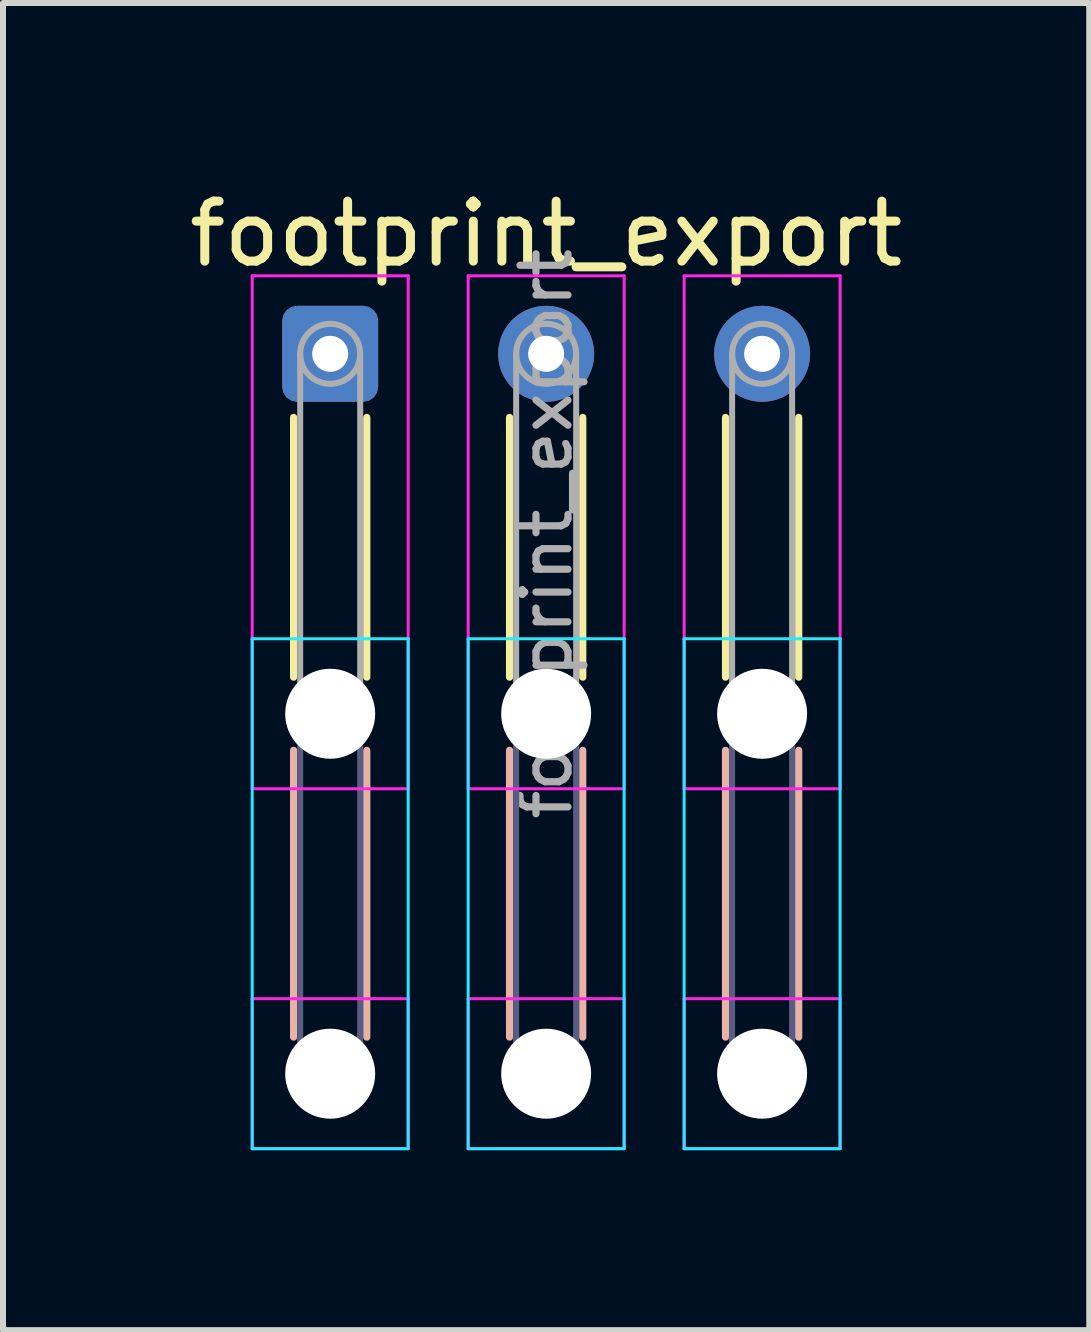
<source format=kicad_pcb>
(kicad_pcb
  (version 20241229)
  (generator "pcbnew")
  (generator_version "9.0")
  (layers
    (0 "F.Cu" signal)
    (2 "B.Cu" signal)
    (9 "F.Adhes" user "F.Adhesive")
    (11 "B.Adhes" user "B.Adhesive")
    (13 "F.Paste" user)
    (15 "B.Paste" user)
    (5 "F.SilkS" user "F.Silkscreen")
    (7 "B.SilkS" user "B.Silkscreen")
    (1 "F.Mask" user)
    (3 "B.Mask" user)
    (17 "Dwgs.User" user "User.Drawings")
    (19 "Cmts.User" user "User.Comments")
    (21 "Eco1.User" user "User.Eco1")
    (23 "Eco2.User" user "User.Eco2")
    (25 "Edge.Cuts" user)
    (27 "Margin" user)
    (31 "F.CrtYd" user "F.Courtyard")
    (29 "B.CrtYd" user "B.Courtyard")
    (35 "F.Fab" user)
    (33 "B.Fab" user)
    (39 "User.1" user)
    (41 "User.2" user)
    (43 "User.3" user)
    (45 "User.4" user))
  (footprint "footprint_export"
    (layer "F.Cu")
    (at 2.454 2.848)
    (property "Reference" "footprint_export" (at 3.6 -2 0) (layer "F.SilkS") (effects (font (size 1 1) (thickness 0.15))))
    (attr exclude_from_pos_files exclude_from_bom)
    (fp_line (start -0.61 1.06) (end -0.61 5.39) (stroke (width 0.12) (type solid)) (layer "F.SilkS"))
    (fp_line (start 0.61 1.06) (end 0.61 5.39) (stroke (width 0.12) (type solid)) (layer "F.SilkS"))
    (fp_line (start 2.99 1.06) (end 2.99 5.39) (stroke (width 0.12) (type solid)) (layer "F.SilkS"))
    (fp_line (start 4.21 1.06) (end 4.21 5.39) (stroke (width 0.12) (type solid)) (layer "F.SilkS"))
    (fp_line (start 6.59 1.06) (end 6.59 5.39) (stroke (width 0.12) (type solid)) (layer "F.SilkS"))
    (fp_line (start 7.81 1.06) (end 7.81 5.39) (stroke (width 0.12) (type solid)) (layer "F.SilkS"))
    (fp_line (start -0.61 6.61) (end -0.61 11.39) (stroke (width 0.12) (type solid)) (layer "B.SilkS"))
    (fp_line (start 0.61 6.61) (end 0.61 11.39) (stroke (width 0.12) (type solid)) (layer "B.SilkS"))
    (fp_line (start 2.99 6.61) (end 2.99 11.39) (stroke (width 0.12) (type solid)) (layer "B.SilkS"))
    (fp_line (start 4.21 6.61) (end 4.21 11.39) (stroke (width 0.12) (type solid)) (layer "B.SilkS"))
    (fp_line (start 6.59 6.61) (end 6.59 11.39) (stroke (width 0.12) (type solid)) (layer "B.SilkS"))
    (fp_line (start 7.81 6.61) (end 7.81 11.39) (stroke (width 0.12) (type solid)) (layer "B.SilkS"))
    (fp_line (start -1.3 4.75) (end -1.3 13.25) (stroke (width 0.05) (type solid)) (layer "B.CrtYd"))
    (fp_line (start -1.3 13.25) (end 1.3 13.25) (stroke (width 0.05) (type solid)) (layer "B.CrtYd"))
    (fp_line (start 1.3 4.75) (end -1.3 4.75) (stroke (width 0.05) (type solid)) (layer "B.CrtYd"))
    (fp_line (start 1.3 13.25) (end 1.3 4.75) (stroke (width 0.05) (type solid)) (layer "B.CrtYd"))
    (fp_line (start 2.3 4.75) (end 2.3 13.25) (stroke (width 0.05) (type solid)) (layer "B.CrtYd"))
    (fp_line (start 2.3 13.25) (end 4.9 13.25) (stroke (width 0.05) (type solid)) (layer "B.CrtYd"))
    (fp_line (start 4.9 4.75) (end 2.3 4.75) (stroke (width 0.05) (type solid)) (layer "B.CrtYd"))
    (fp_line (start 4.9 13.25) (end 4.9 4.75) (stroke (width 0.05) (type solid)) (layer "B.CrtYd"))
    (fp_line (start 5.9 4.75) (end 5.9 13.25) (stroke (width 0.05) (type solid)) (layer "B.CrtYd"))
    (fp_line (start 5.9 13.25) (end 8.5 13.25) (stroke (width 0.05) (type solid)) (layer "B.CrtYd"))
    (fp_line (start 8.5 4.75) (end 5.9 4.75) (stroke (width 0.05) (type solid)) (layer "B.CrtYd"))
    (fp_line (start 8.5 13.25) (end 8.5 4.75) (stroke (width 0.05) (type solid)) (layer "B.CrtYd"))
    (fp_line (start -1.3 -1.3) (end -1.3 7.25) (stroke (width 0.05) (type solid)) (layer "F.CrtYd"))
    (fp_line (start -1.3 7.25) (end 1.3 7.25) (stroke (width 0.05) (type solid)) (layer "F.CrtYd"))
    (fp_line (start -1.3 10.75) (end -1.3 13.25) (stroke (width 0.05) (type solid)) (layer "F.CrtYd"))
    (fp_line (start -1.3 13.25) (end 1.3 13.25) (stroke (width 0.05) (type solid)) (layer "F.CrtYd"))
    (fp_line (start 1.3 -1.3) (end -1.3 -1.3) (stroke (width 0.05) (type solid)) (layer "F.CrtYd"))
    (fp_line (start 1.3 7.25) (end 1.3 -1.3) (stroke (width 0.05) (type solid)) (layer "F.CrtYd"))
    (fp_line (start 1.3 10.75) (end -1.3 10.75) (stroke (width 0.05) (type solid)) (layer "F.CrtYd"))
    (fp_line (start 1.3 13.25) (end 1.3 10.75) (stroke (width 0.05) (type solid)) (layer "F.CrtYd"))
    (fp_line (start 2.3 -1.3) (end 2.3 7.25) (stroke (width 0.05) (type solid)) (layer "F.CrtYd"))
    (fp_line (start 2.3 7.25) (end 4.9 7.25) (stroke (width 0.05) (type solid)) (layer "F.CrtYd"))
    (fp_line (start 2.3 10.75) (end 2.3 13.25) (stroke (width 0.05) (type solid)) (layer "F.CrtYd"))
    (fp_line (start 2.3 13.25) (end 4.9 13.25) (stroke (width 0.05) (type solid)) (layer "F.CrtYd"))
    (fp_line (start 4.9 -1.3) (end 2.3 -1.3) (stroke (width 0.05) (type solid)) (layer "F.CrtYd"))
    (fp_line (start 4.9 7.25) (end 4.9 -1.3) (stroke (width 0.05) (type solid)) (layer "F.CrtYd"))
    (fp_line (start 4.9 10.75) (end 2.3 10.75) (stroke (width 0.05) (type solid)) (layer "F.CrtYd"))
    (fp_line (start 4.9 13.25) (end 4.9 10.75) (stroke (width 0.05) (type solid)) (layer "F.CrtYd"))
    (fp_line (start 5.9 -1.3) (end 5.9 7.25) (stroke (width 0.05) (type solid)) (layer "F.CrtYd"))
    (fp_line (start 5.9 7.25) (end 8.5 7.25) (stroke (width 0.05) (type solid)) (layer "F.CrtYd"))
    (fp_line (start 5.9 10.75) (end 5.9 13.25) (stroke (width 0.05) (type solid)) (layer "F.CrtYd"))
    (fp_line (start 5.9 13.25) (end 8.5 13.25) (stroke (width 0.05) (type solid)) (layer "F.CrtYd"))
    (fp_line (start 8.5 -1.3) (end 5.9 -1.3) (stroke (width 0.05) (type solid)) (layer "F.CrtYd"))
    (fp_line (start 8.5 7.25) (end 8.5 -1.3) (stroke (width 0.05) (type solid)) (layer "F.CrtYd"))
    (fp_line (start 8.5 10.75) (end 5.9 10.75) (stroke (width 0.05) (type solid)) (layer "F.CrtYd"))
    (fp_line (start 8.5 13.25) (end 8.5 10.75) (stroke (width 0.05) (type solid)) (layer "F.CrtYd"))
    (fp_line (start -0.5 6) (end -0.5 12) (stroke (width 0.1) (type solid)) (layer "B.Fab"))
    (fp_line (start 0.5 6) (end 0.5 12) (stroke (width 0.1) (type solid)) (layer "B.Fab"))
    (fp_line (start 3.1 6) (end 3.1 12) (stroke (width 0.1) (type solid)) (layer "B.Fab"))
    (fp_line (start 4.1 6) (end 4.1 12) (stroke (width 0.1) (type solid)) (layer "B.Fab"))
    (fp_line (start 6.7 6) (end 6.7 12) (stroke (width 0.1) (type solid)) (layer "B.Fab"))
    (fp_line (start 7.7 6) (end 7.7 12) (stroke (width 0.1) (type solid)) (layer "B.Fab"))
    (fp_circle (center 0 6) (end 0.5 6) (stroke (width 0.1) (type solid)) (fill no) (layer "B.Fab"))
    (fp_circle (center 0 12) (end 0.5 12) (stroke (width 0.1) (type solid)) (fill no) (layer "B.Fab"))
    (fp_circle (center 3.6 6) (end 4.1 6) (stroke (width 0.1) (type solid)) (fill no) (layer "B.Fab"))
    (fp_circle (center 3.6 12) (end 4.1 12) (stroke (width 0.1) (type solid)) (fill no) (layer "B.Fab"))
    (fp_circle (center 7.2 6) (end 7.7 6) (stroke (width 0.1) (type solid)) (fill no) (layer "B.Fab"))
    (fp_circle (center 7.2 12) (end 7.7 12) (stroke (width 0.1) (type solid)) (fill no) (layer "B.Fab"))
    (fp_line (start -0.5 0) (end -0.5 6) (stroke (width 0.1) (type solid)) (layer "F.Fab"))
    (fp_line (start 0.5 0) (end 0.5 6) (stroke (width 0.1) (type solid)) (layer "F.Fab"))
    (fp_line (start 3.1 0) (end 3.1 6) (stroke (width 0.1) (type solid)) (layer "F.Fab"))
    (fp_line (start 4.1 0) (end 4.1 6) (stroke (width 0.1) (type solid)) (layer "F.Fab"))
    (fp_line (start 6.7 0) (end 6.7 6) (stroke (width 0.1) (type solid)) (layer "F.Fab"))
    (fp_line (start 7.7 0) (end 7.7 6) (stroke (width 0.1) (type solid)) (layer "F.Fab"))
    (fp_circle (center 0 0) (end 0.5 0) (stroke (width 0.1) (type solid)) (fill no) (layer "F.Fab"))
    (fp_circle (center 0 6) (end 0.5 6) (stroke (width 0.1) (type solid)) (fill no) (layer "F.Fab"))
    (fp_circle (center 0 12) (end 0.5 12) (stroke (width 0.1) (type solid)) (fill no) (layer "F.Fab"))
    (fp_circle (center 3.6 0) (end 4.1 0) (stroke (width 0.1) (type solid)) (fill no) (layer "F.Fab"))
    (fp_circle (center 3.6 6) (end 4.1 6) (stroke (width 0.1) (type solid)) (fill no) (layer "F.Fab"))
    (fp_circle (center 3.6 12) (end 4.1 12) (stroke (width 0.1) (type solid)) (fill no) (layer "F.Fab"))
    (fp_circle (center 7.2 0) (end 7.7 0) (stroke (width 0.1) (type solid)) (fill no) (layer "F.Fab"))
    (fp_circle (center 7.2 6) (end 7.7 6) (stroke (width 0.1) (type solid)) (fill no) (layer "F.Fab"))
    (fp_circle (center 7.2 12) (end 7.7 12) (stroke (width 0.1) (type solid)) (fill no) (layer "F.Fab"))
    (fp_text user "${REFERENCE}" (at 3.6 3 90) (layer "F.Fab") (effects (font (size 0.8 0.8) (thickness 0.12))))
    (pad "" np_thru_hole circle (at 0 6) (size 1.5 1.5) (drill 1.5) (layers "*.Cu" "*.Mask"))
    (pad "" np_thru_hole circle (at 0 12) (size 1.5 1.5) (drill 1.5) (layers "*.Cu" "*.Mask"))
    (pad "" np_thru_hole circle (at 3.6 6) (size 1.5 1.5) (drill 1.5) (layers "*.Cu" "*.Mask"))
    (pad "" np_thru_hole circle (at 3.6 12) (size 1.5 1.5) (drill 1.5) (layers "*.Cu" "*.Mask"))
    (pad "" np_thru_hole circle (at 7.2 6) (size 1.5 1.5) (drill 1.5) (layers "*.Cu" "*.Mask"))
    (pad "" np_thru_hole circle (at 7.2 12) (size 1.5 1.5) (drill 1.5) (layers "*.Cu" "*.Mask"))
    (pad "1" thru_hole roundrect (at 0 0) (size 1.6 1.6) (drill 0.6) (layers "*.Cu" "*.Mask") (roundrect_rratio 0.156))
    (pad "2" thru_hole circle (at 3.6 0) (size 1.6 1.6) (drill 0.6) (layers "*.Cu" "*.Mask"))
    (pad "3" thru_hole circle (at 7.2 0) (size 1.6 1.6) (drill 0.6) (layers "*.Cu" "*.Mask")))
  (gr_rect
    (start -3 -3)
    (end 15.107 19.123)
    (stroke (width 0.1) (type default))
    (fill no)
    (layer "Edge.Cuts")))
</source>
